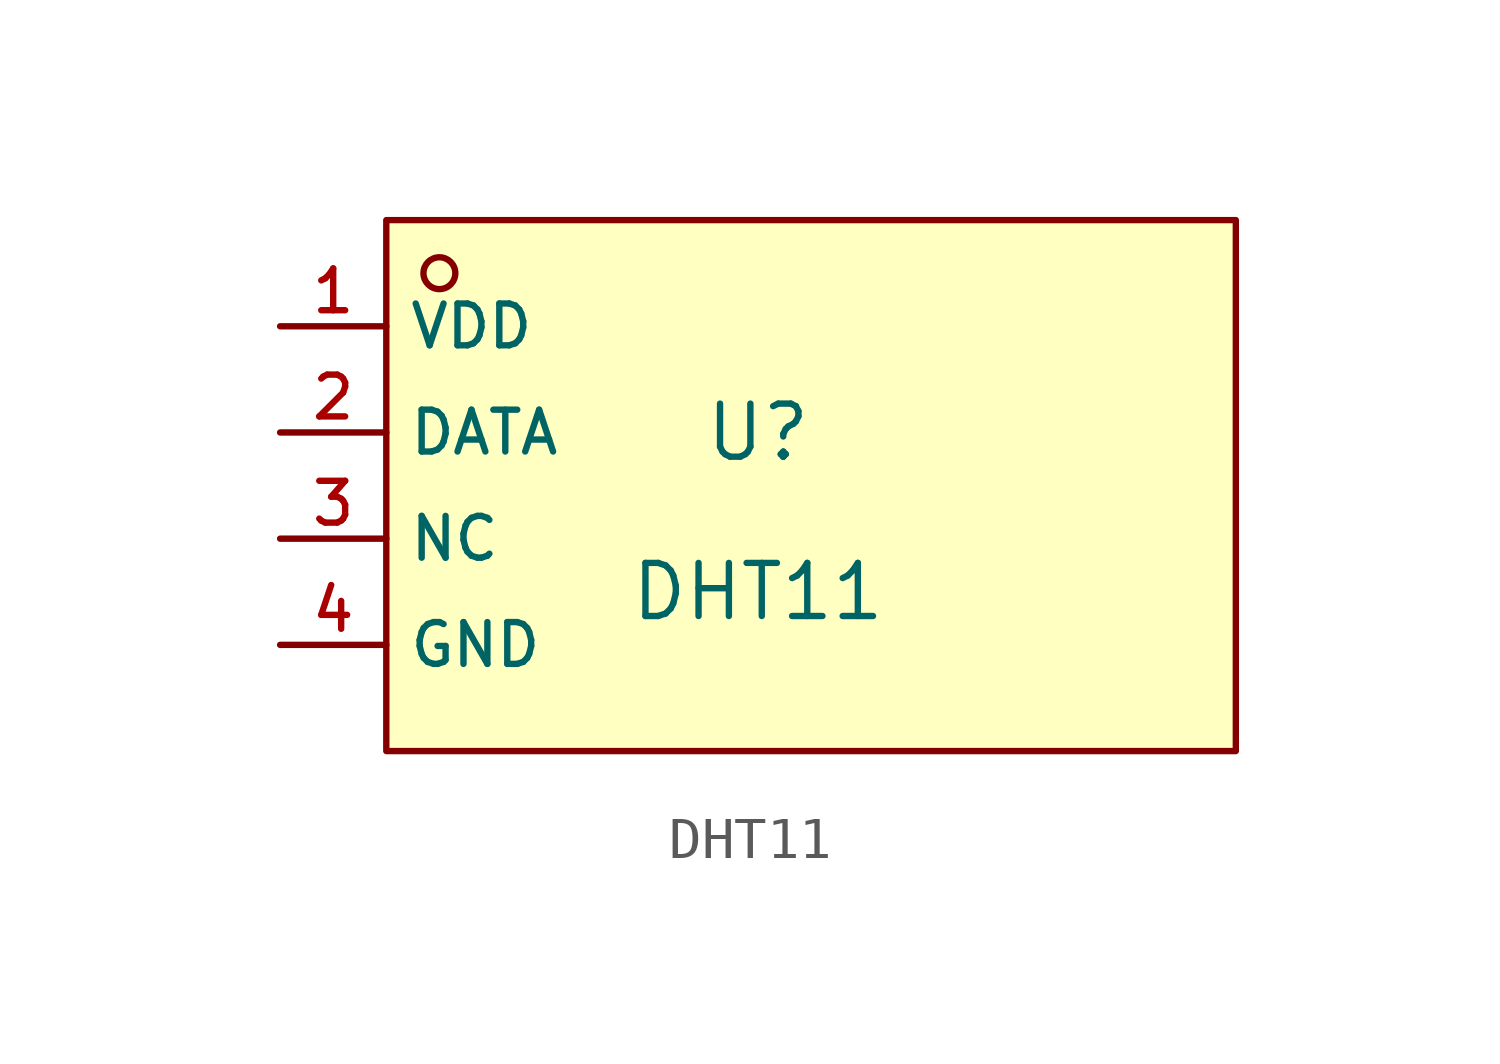
<source format=kicad_sym>
(kicad_symbol_lib
  (version 20210201)
  (generator TousstNicolas/JLC2KiCad_lib)
  (symbol "DHT11"
    (property "Reference" "U"
      (at 0 1.27 0)
      (effects (font (size 1.27 1.27))))
    (property "Value" "DHT11"
      (at 0 -2.54 0)
      (effects (font (size 1.27 1.27))))
    (symbol "DHT11_0_1"
      (rectangle (start -8.89 6.35) (end 11.43 -6.35) (stroke (width 0) (type default) (color 0 0 0 0)) (fill (type background)))
      (circle (center -7.62 5.08) (radius 0.381) (stroke (width 0) (type default) (color 0 0 0 0)) (fill (type background)))
      (pin unspecified line (at -11.43 3.81 0) (length 2.54) (name "VDD" (effects (font (size 1 1)))) (number "1" (effects (font (size 1 1)))))
      (pin unspecified line (at -11.43 1.27 0) (length 2.54) (name "DATA" (effects (font (size 1 1)))) (number "2" (effects (font (size 1 1)))))
      (pin unspecified line (at -11.43 -1.27 0) (length 2.54) (name "NC" (effects (font (size 1 1)))) (number "3" (effects (font (size 1 1)))))
      (pin unspecified line (at -11.43 -3.81 0) (length 2.54) (name "GND" (effects (font (size 1 1)))) (number "4" (effects (font (size 1 1))))))))
</source>
